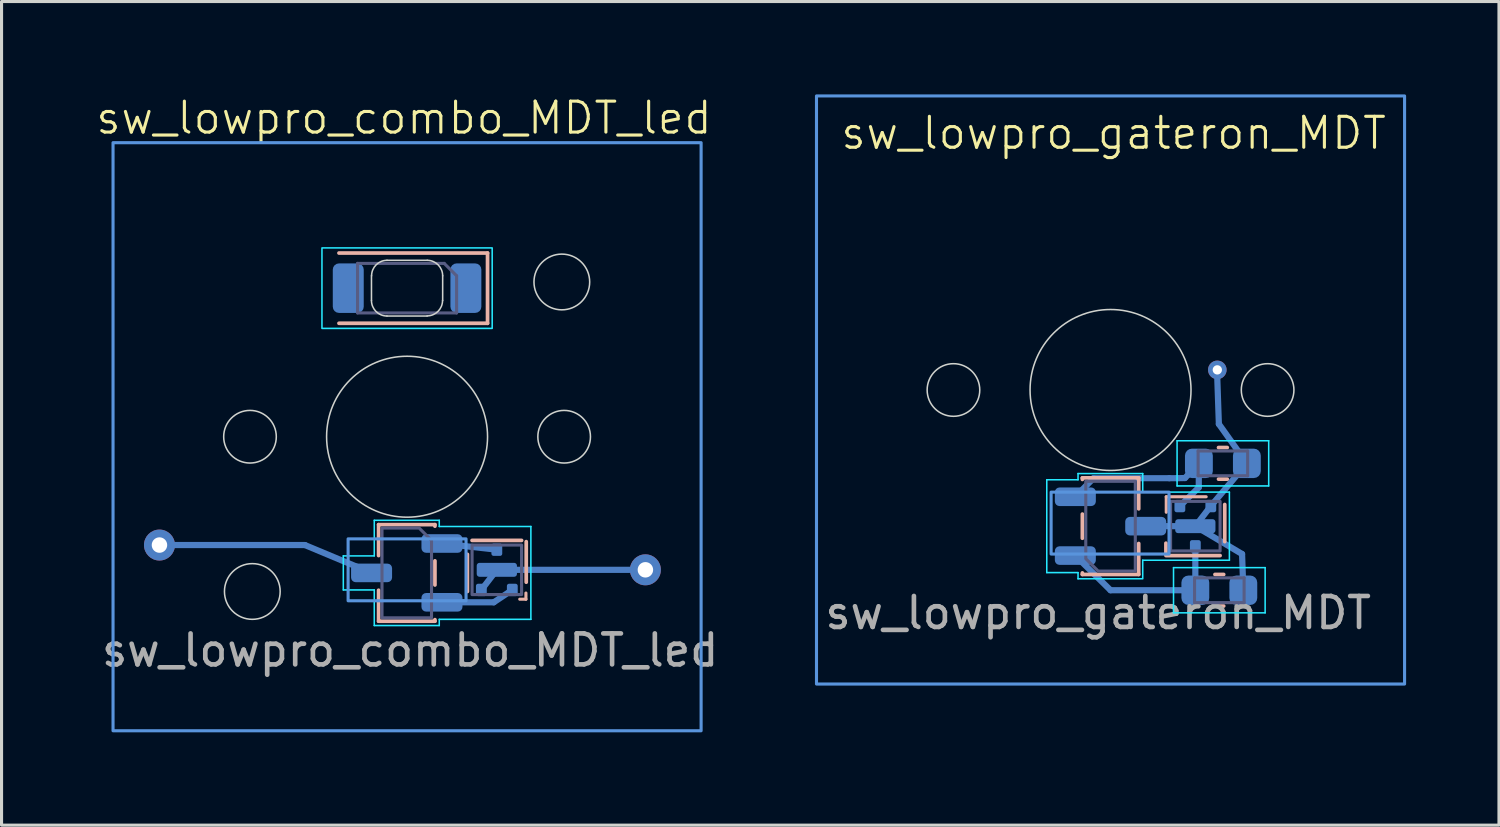
<source format=kicad_pcb>
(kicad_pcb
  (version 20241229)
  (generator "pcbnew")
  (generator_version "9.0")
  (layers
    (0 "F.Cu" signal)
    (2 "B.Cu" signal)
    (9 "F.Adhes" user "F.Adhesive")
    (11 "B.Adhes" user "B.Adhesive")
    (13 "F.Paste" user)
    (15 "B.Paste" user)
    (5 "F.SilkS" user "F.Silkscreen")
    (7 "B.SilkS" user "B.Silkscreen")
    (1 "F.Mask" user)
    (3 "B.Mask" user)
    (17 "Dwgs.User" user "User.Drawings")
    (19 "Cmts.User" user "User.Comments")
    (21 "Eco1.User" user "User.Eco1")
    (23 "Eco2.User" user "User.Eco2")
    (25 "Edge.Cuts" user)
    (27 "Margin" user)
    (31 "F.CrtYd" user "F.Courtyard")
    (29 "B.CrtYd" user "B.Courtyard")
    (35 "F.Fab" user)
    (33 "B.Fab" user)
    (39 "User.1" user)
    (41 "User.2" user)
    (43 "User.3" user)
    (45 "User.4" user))
  (footprint "sw_lowpro_combo_MDT_led"
    (layer "F.Cu")
    (at 10.102 11.06)
    (property "Reference" "sw_lowpro_combo_MDT_led" (at -0.1 -10.3 0) (unlocked yes) (layer "F.SilkS") (effects (font (size 1 1) (thickness 0.1))))
    (attr smd)
    (fp_line (start -7.5 3.5) (end -3.3 3.5) (stroke (width 0.2) (type default)) (layer "B.Cu"))
    (fp_line (start -3.3 3.5) (end -1.147 4.4) (stroke (width 0.2) (type default)) (layer "B.Cu"))
    (fp_line (start 1.127 3.45) (end 2.9 3.65) (stroke (width 0.2) (type default)) (layer "B.Cu"))
    (fp_line (start 2.4 4.95) (end 2.9 4.3) (stroke (width 0.2) (type default)) (layer "B.Cu"))
    (fp_line (start 2.8 5.35) (end 1.127 5.35) (stroke (width 0.2) (type solid)) (layer "B.Cu"))
    (fp_line (start 2.9 4.3) (end 7.2 4.3) (stroke (width 0.2) (type default)) (layer "B.Cu"))
    (fp_line (start 3.4 4.95) (end 2.8 5.35) (stroke (width 0.2) (type default)) (layer "B.Cu"))
    (fp_line (start -2.2 -5.935) (end 2.6 -5.935) (stroke (width 0.12) (type solid)) (layer "B.SilkS"))
    (fp_line (start -0.92 2.84) (end -0.92 3.84) (stroke (width 0.12) (type solid)) (layer "B.SilkS"))
    (fp_line (start -0.92 4.96) (end -0.92 5.96) (stroke (width 0.12) (type solid)) (layer "B.SilkS"))
    (fp_line (start -0.92 5.96) (end 0.9 5.96) (stroke (width 0.12) (type solid)) (layer "B.SilkS"))
    (fp_line (start 0.9 2.84) (end -0.92 2.84) (stroke (width 0.12) (type solid)) (layer "B.SilkS"))
    (fp_line (start 0.9 2.89) (end 0.9 2.84) (stroke (width 0.12) (type solid)) (layer "B.SilkS"))
    (fp_line (start 0.9 4.79) (end 0.9 4.01) (stroke (width 0.12) (type solid)) (layer "B.SilkS"))
    (fp_line (start 0.9 5.96) (end 0.9 5.91) (stroke (width 0.12) (type solid)) (layer "B.SilkS"))
    (fp_line (start 1.95 3.8) (end 1.95 5) (stroke (width 0.12) (type solid)) (layer "B.SilkS"))
    (fp_line (start 2.6 -5.935) (end 2.6 -3.665) (stroke (width 0.12) (type solid)) (layer "B.SilkS"))
    (fp_line (start 2.6 -3.665) (end -2.2 -3.665) (stroke (width 0.12) (type solid)) (layer "B.SilkS"))
    (fp_line (start 3.64 5.25) (end 3.84 5.25) (stroke (width 0.1) (type default)) (layer "B.SilkS"))
    (fp_line (start 3.7 3.35) (end 2.1 3.35) (stroke (width 0.12) (type solid)) (layer "B.SilkS"))
    (fp_line (start 3.84 5.25) (end 3.84 5.05) (stroke (width 0.1) (type default)) (layer "B.SilkS"))
    (fp_line (start 3.85 4.7) (end 3.85 3.39) (stroke (width 0.12) (type solid)) (layer "B.SilkS"))
    (fp_rect (start -9.5 -9.5) (end 9.5 9.5) (stroke (width 0.1) (type solid)) (fill no) (layer "Cmts.User"))
    (fp_rect (start -1.905 3.3) (end 1.905 5.3) (stroke (width 0.1) (type solid)) (fill no) (layer "Cmts.User"))
    (fp_circle (center 0 0) (end 2.5 0) (stroke (width 0.1) (type default)) (fill no) (layer "Eco1.User"))
    (fp_line (start -1.15 -5.2) (end -1.15 -4.4) (stroke (width 0.05) (type default)) (layer "Edge.Cuts"))
    (fp_line (start -0.65 -3.9) (end 0.65 -3.9) (stroke (width 0.05) (type solid)) (layer "Edge.Cuts"))
    (fp_line (start 0.65 -5.7) (end -0.65 -5.7) (stroke (width 0.05) (type solid)) (layer "Edge.Cuts"))
    (fp_line (start 1.15 -4.4) (end 1.15 -5.2) (stroke (width 0.05) (type solid)) (layer "Edge.Cuts"))
    (fp_arc (start -1.146447 -5.2) (mid -1 -5.553553) (end -0.646447 -5.7) (stroke (width 0.05) (type default)) (layer "Edge.Cuts"))
    (fp_arc (start -0.65 -3.9) (mid -1.003553 -4.046447) (end -1.15 -4.4) (stroke (width 0.05) (type default)) (layer "Edge.Cuts"))
    (fp_arc (start 0.650001 -5.700001) (mid 1.003554 -5.553554) (end 1.150001 -5.200001) (stroke (width 0.05) (type default)) (layer "Edge.Cuts"))
    (fp_arc (start 1.146447 -4.403553) (mid 1 -4.05) (end 0.646447 -3.903553) (stroke (width 0.05) (type default)) (layer "Edge.Cuts"))
    (fp_circle (center -5.075 0) (end -4.225 0) (stroke (width 0.05) (type solid)) (fill no) (layer "Edge.Cuts"))
    (fp_circle (center -5 5) (end -4.1 5) (stroke (width 0.05) (type solid)) (fill no) (layer "Edge.Cuts"))
    (fp_circle (center 0 0) (end 2.6 0) (stroke (width 0.05) (type solid)) (fill no) (layer "Edge.Cuts"))
    (fp_circle (center 5 -5) (end 5.9 -5) (stroke (width 0.05) (type solid)) (fill no) (layer "Edge.Cuts"))
    (fp_circle (center 5.075 0) (end 5.925 0) (stroke (width 0.05) (type solid)) (fill no) (layer "Edge.Cuts"))
    (fp_line (start -2.06 3.85) (end -2.06 4.95) (stroke (width 0.05) (type solid)) (layer "B.CrtYd"))
    (fp_line (start -2.06 4.95) (end -1.06 4.95) (stroke (width 0.05) (type solid)) (layer "B.CrtYd"))
    (fp_line (start -1.06 2.7) (end -1.06 3.85) (stroke (width 0.05) (type solid)) (layer "B.CrtYd"))
    (fp_line (start -1.06 3.85) (end -2.06 3.85) (stroke (width 0.05) (type solid)) (layer "B.CrtYd"))
    (fp_line (start -1.06 4.95) (end -1.06 6.1) (stroke (width 0.05) (type solid)) (layer "B.CrtYd"))
    (fp_line (start -1.06 6.1) (end 1.04 6.1) (stroke (width 0.05) (type solid)) (layer "B.CrtYd"))
    (fp_line (start 1.04 2.7) (end -1.06 2.7) (stroke (width 0.05) (type solid)) (layer "B.CrtYd"))
    (fp_line (start 1.04 2.9) (end 1.04 2.7) (stroke (width 0.05) (type solid)) (layer "B.CrtYd"))
    (fp_line (start 1.04 5.9) (end 4 5.9) (stroke (width 0.05) (type solid)) (layer "B.CrtYd"))
    (fp_line (start 1.04 6.1) (end 1.04 5.9) (stroke (width 0.05) (type solid)) (layer "B.CrtYd"))
    (fp_line (start 4 2.9) (end 1.04 2.9) (stroke (width 0.05) (type solid)) (layer "B.CrtYd"))
    (fp_line (start 4 5.9) (end 4 2.9) (stroke (width 0.05) (type solid)) (layer "B.CrtYd"))
    (fp_rect (start -2.75 -6.1) (end 2.75 -3.5) (stroke (width 0.05) (type solid)) (fill no) (layer "B.CrtYd"))
    (fp_line (start -1.6 -5.6) (end 1.2 -5.6) (stroke (width 0.1) (type solid)) (layer "B.Fab"))
    (fp_line (start -1.6 -4) (end -1.6 -5.6) (stroke (width 0.1) (type solid)) (layer "B.Fab"))
    (fp_line (start 1.2 -5.6) (end 1.6 -5.2) (stroke (width 0.1) (type solid)) (layer "B.Fab"))
    (fp_line (start 1.6 -5.2) (end 1.6 -4) (stroke (width 0.1) (type solid)) (layer "B.Fab"))
    (fp_line (start 1.6 -4) (end -1.6 -4) (stroke (width 0.1) (type solid)) (layer "B.Fab"))
    (fp_rect (start 2.1 3.5) (end 3.7 5.1) (stroke (width 0.1) (type solid)) (fill no) (layer "B.Fab"))
    (fp_poly (pts (xy 0.79 3.35) (xy 0.79 5.85) (xy -0.81 5.85) (xy -0.81 2.95) (xy 0.39 2.95)) (stroke (width 0.1) (type solid)) (fill no) (layer "B.Fab"))
    (fp_rect (start -2.5 -6) (end 2.5 -3.5) (stroke (width 0.1) (type solid)) (fill no) (layer "User.2"))
    (fp_line (start -1.905 4.3) (end 1.905 4.3) (stroke (width 0.1) (type solid)) (layer "User.3"))
    (fp_line (start 0 3.25) (end 0 5.75) (stroke (width 0.1) (type solid)) (layer "User.3"))
    (fp_line (start -7 -7) (end 7 -7) (stroke (width 0.1) (type solid)) (layer "User.4"))
    (fp_line (start -7 7) (end -7 -7) (stroke (width 0.1) (type solid)) (layer "User.4"))
    (fp_line (start 7 -7) (end 7 7) (stroke (width 0.1) (type solid)) (layer "User.4"))
    (fp_line (start 7 7) (end -7 7) (stroke (width 0.1) (type solid)) (layer "User.4"))
    (fp_circle (center 0 4.5) (end 1.25 4.5) (stroke (width 0.1) (type solid)) (fill no) (layer "User.4"))
    (fp_text user "${REFERENCE}" (at 0.1 6.9 0) (unlocked yes) (layer "F.Fab") (effects (font (size 1 1) (thickness 0.15))))
    (pad "1" smd roundrect (at 1.127 3.45) (size 1.325 0.6) (layers "B.Cu" "B.Mask" "B.Paste") (roundrect_rratio 0.25))
    (pad "1" smd roundrect (at 2.9 3.65 270) (size 0.4 0.35) (layers "B.Cu" "B.Mask" "B.Paste") (roundrect_rratio 0.2))
    (pad "2" smd roundrect (at 1.127 5.35) (size 1.325 0.6) (layers "B.Cu" "B.Mask" "B.Paste") (roundrect_rratio 0.25))
    (pad "2" smd roundrect (at 3.4 4.95 270) (size 0.4 0.35) (layers "B.Cu" "B.Mask" "B.Paste") (roundrect_rratio 0.2))
    (pad "3" thru_hole circle (at -8 3.5 270) (size 1 1) (drill 0.5) (layers "*.Cu" "*.Mask"))
    (pad "3" smd roundrect (at -1.147 4.4) (size 1.325 0.6) (layers "B.Cu" "B.Mask" "B.Paste") (roundrect_rratio 0.25))
    (pad "3" smd roundrect (at 2.4 4.95 270) (size 0.4 0.35) (layers "B.Cu" "B.Mask" "B.Paste") (roundrect_rratio 0.2))
    (pad "3" smd roundrect (at 2.9 4.3 270) (size 0.45 1.3) (layers "B.Cu" "B.Mask" "B.Paste") (roundrect_rratio 0.2))
    (pad "3" thru_hole circle (at 7.7 4.3 270) (size 1 1) (drill 0.5) (layers "*.Cu" "*.Mask"))
    (pad "4" smd roundrect (at 1.9 -4.8) (size 1 1.6) (layers "B.Cu" "B.Mask" "B.Paste") (roundrect_rratio 0.2))
    (pad "5" smd roundrect (at -1.9 -4.8) (size 1 1.6) (layers "B.Cu" "B.Mask" "B.Paste") (roundrect_rratio 0.2))
    (zone (net_name "") (layers "F.Cu" "B.Cu") (hatch edge 0.5) (connect_pads) (min_thickness 0.25) (filled_areas_thickness no) (keepout (tracks allowed) (vias allowed) (pads allowed) (copperpour not_allowed) (footprints allowed)) (placement (enabled no)) (fill) (polygon (pts (xy 3.102 11.06) (xy 17.102 11.06) (xy 17.102 20.561) (xy 3.102 20.561))))
    (zone (net_name "") (layer "User.6") (hatch edge 0.5) (connect_pads) (min_thickness 0.25) (filled_areas_thickness no) (keepout (tracks allowed) (vias allowed) (pads allowed) (copperpour not_allowed) (footprints allowed)) (placement (enabled no)) (fill) (polygon (pts (xy 3.102 11.06) (xy 17.102 11.06) (xy 17.102 20.561) (xy 3.202 20.561)))))
  (footprint "sw_lowpro_gateron_MDT"
    (layer "F.Cu")
    (at 32.83 9.55)
    (property "Reference" "sw_lowpro_gateron_MDT" (at 0.1 -8.3 0) (unlocked yes) (layer "F.SilkS") (effects (font (size 1 1) (thickness 0.1))))
    (attr smd)
    (fp_line (start -1.137 3.45) (end -0.55 2.85) (stroke (width 0.2) (type default)) (layer "B.Cu"))
    (fp_line (start -0.55 2.85) (end 1.9 2.85) (stroke (width 0.2) (type default)) (layer "B.Cu"))
    (fp_line (start 0 6.47) (end -1.137 5.35) (stroke (width 0.2) (type default)) (layer "B.Cu"))
    (fp_line (start 1.9 2.85) (end 2.15 2.85) (stroke (width 0.2) (type default)) (layer "B.Cu"))
    (fp_line (start 2.15 2.85) (end 2.4 2.845) (stroke (width 0.2) (type default)) (layer "B.Cu"))
    (fp_line (start 2.24 3.75) (end 2.85 3.15) (stroke (width 0.2) (type default)) (layer "B.Cu"))
    (fp_line (start 2.74 4.4) (end 1.137 4.4) (stroke (width 0.2) (type default)) (layer "B.Cu"))
    (fp_line (start 2.74 5.05) (end 2.74 6.47) (stroke (width 0.2) (type default)) (layer "B.Cu"))
    (fp_line (start 2.74 6.47) (end 0 6.47) (stroke (width 0.2) (type default)) (layer "B.Cu"))
    (fp_line (start 2.85 3.15) (end 2.855 2.37) (stroke (width 0.2) (type default)) (layer "B.Cu"))
    (fp_line (start 2.855 2.37) (end 2.405 2.845) (stroke (width 0.2) (type default)) (layer "B.Cu"))
    (fp_line (start 3.24 3.75) (end 2.74 4.4) (stroke (width 0.2) (type default)) (layer "B.Cu"))
    (fp_line (start 3.24 3.75) (end 4.405 2.37) (stroke (width 0.2) (type default)) (layer "B.Cu"))
    (fp_line (start 3.5 1.1) (end 3.45 -0.35) (stroke (width 0.2) (type default)) (layer "B.Cu"))
    (fp_line (start 4.25 5.3) (end 2.74 4.4) (stroke (width 0.2) (type default)) (layer "B.Cu"))
    (fp_line (start 4.29 6.47) (end 4.25 5.3) (stroke (width 0.2) (type default)) (layer "B.Cu"))
    (fp_line (start 4.405 2.37) (end 3.5 1.1) (stroke (width 0.2) (type default)) (layer "B.Cu"))
    (fp_line (start -0.91 2.84) (end -0.91 2.89) (stroke (width 0.12) (type solid)) (layer "B.SilkS"))
    (fp_line (start -0.91 4.01) (end -0.91 4.79) (stroke (width 0.12) (type solid)) (layer "B.SilkS"))
    (fp_line (start -0.91 5.91) (end -0.91 5.96) (stroke (width 0.12) (type solid)) (layer "B.SilkS"))
    (fp_line (start -0.91 5.96) (end 0.91 5.96) (stroke (width 0.12) (type solid)) (layer "B.SilkS"))
    (fp_line (start 0.91 2.84) (end -0.91 2.84) (stroke (width 0.12) (type solid)) (layer "B.SilkS"))
    (fp_line (start 0.91 3.84) (end 0.91 2.84) (stroke (width 0.12) (type solid)) (layer "B.SilkS"))
    (fp_line (start 0.91 5.96) (end 0.91 4.96) (stroke (width 0.12) (type solid)) (layer "B.SilkS"))
    (fp_line (start 1.79 4.95) (end 1.79 5.31) (stroke (width 0.12) (type solid)) (layer "B.SilkS"))
    (fp_line (start 1.79 5.35) (end 3.54 5.35) (stroke (width 0.12) (type solid)) (layer "B.SilkS"))
    (fp_line (start 1.8 3.45) (end 1.8 3.95) (stroke (width 0.1) (type default)) (layer "B.SilkS"))
    (fp_line (start 3.09 3.45) (end 1.8 3.45) (stroke (width 0.1) (type default)) (layer "B.SilkS"))
    (fp_line (start 3.374 5.96) (end 3.656 5.96) (stroke (width 0.12) (type solid)) (layer "B.SilkS"))
    (fp_line (start 3.374 6.98) (end 3.656 6.98) (stroke (width 0.12) (type solid)) (layer "B.SilkS"))
    (fp_line (start 3.69 4.9) (end 3.69 3.7) (stroke (width 0.12) (type solid)) (layer "B.SilkS"))
    (fp_line (start 3.771 1.86) (end 3.489 1.86) (stroke (width 0.12) (type solid)) (layer "B.SilkS"))
    (fp_line (start 3.771 2.88) (end 3.489 2.88) (stroke (width 0.12) (type solid)) (layer "B.SilkS"))
    (fp_rect (start -9.5 -9.5) (end 9.5 9.5) (stroke (width 0.1) (type solid)) (fill no) (layer "Cmts.User"))
    (fp_rect (start -1.92 3.3) (end 1.89 5.3) (stroke (width 0.1) (type solid)) (fill no) (layer "Cmts.User"))
    (fp_circle (center 0 0) (end 2.5 0) (stroke (width 0.1) (type default)) (fill no) (layer "Eco1.User"))
    (fp_circle (center -5.075 0) (end -4.225 0) (stroke (width 0.05) (type solid)) (fill no) (layer "Edge.Cuts"))
    (fp_circle (center 0 0) (end 2.6 0) (stroke (width 0.05) (type solid)) (fill no) (layer "Edge.Cuts"))
    (fp_circle (center 5.075 0) (end 5.925 0) (stroke (width 0.05) (type solid)) (fill no) (layer "Edge.Cuts"))
    (fp_line (start -2.06 2.9) (end -2.06 5.9) (stroke (width 0.05) (type solid)) (layer "B.CrtYd"))
    (fp_line (start -2.06 5.9) (end -1.05 5.9) (stroke (width 0.05) (type solid)) (layer "B.CrtYd"))
    (fp_line (start -1.05 2.7) (end -1.05 2.9) (stroke (width 0.05) (type solid)) (layer "B.CrtYd"))
    (fp_line (start -1.05 2.9) (end -2.06 2.9) (stroke (width 0.05) (type solid)) (layer "B.CrtYd"))
    (fp_line (start -1.05 5.9) (end -1.05 6.1) (stroke (width 0.05) (type solid)) (layer "B.CrtYd"))
    (fp_line (start -1.05 6.1) (end 1.04 6.1) (stroke (width 0.05) (type solid)) (layer "B.CrtYd"))
    (fp_line (start 1.04 2.7) (end -1.05 2.7) (stroke (width 0.05) (type solid)) (layer "B.CrtYd"))
    (fp_line (start 1.04 3.3) (end 1.04 2.7) (stroke (width 0.05) (type solid)) (layer "B.CrtYd"))
    (fp_line (start 1.04 5.5) (end 3.84 5.5) (stroke (width 0.05) (type solid)) (layer "B.CrtYd"))
    (fp_line (start 1.04 6.075) (end 1.04 5.5) (stroke (width 0.05) (type solid)) (layer "B.CrtYd"))
    (fp_line (start 2.035 5.74) (end 2.035 7.2) (stroke (width 0.05) (type solid)) (layer "B.CrtYd"))
    (fp_line (start 2.035 7.2) (end 4.995 7.2) (stroke (width 0.05) (type solid)) (layer "B.CrtYd"))
    (fp_line (start 2.15 1.64) (end 2.15 3.1) (stroke (width 0.05) (type solid)) (layer "B.CrtYd"))
    (fp_line (start 2.15 3.1) (end 5.11 3.1) (stroke (width 0.05) (type solid)) (layer "B.CrtYd"))
    (fp_line (start 3.84 3.3) (end 1.04 3.3) (stroke (width 0.05) (type solid)) (layer "B.CrtYd"))
    (fp_line (start 3.84 5.5) (end 3.84 3.3) (stroke (width 0.05) (type solid)) (layer "B.CrtYd"))
    (fp_line (start 4.995 5.74) (end 2.035 5.74) (stroke (width 0.05) (type solid)) (layer "B.CrtYd"))
    (fp_line (start 4.995 7.2) (end 4.995 5.74) (stroke (width 0.05) (type solid)) (layer "B.CrtYd"))
    (fp_line (start 5.11 1.64) (end 2.15 1.64) (stroke (width 0.05) (type solid)) (layer "B.CrtYd"))
    (fp_line (start 5.11 3.1) (end 5.11 1.64) (stroke (width 0.05) (type solid)) (layer "B.CrtYd"))
    (fp_line (start 2.715 6.07) (end 2.715 6.87) (stroke (width 0.1) (type solid)) (layer "B.Fab"))
    (fp_line (start 2.715 6.87) (end 4.315 6.87) (stroke (width 0.1) (type solid)) (layer "B.Fab"))
    (fp_line (start 2.83 1.97) (end 2.83 2.77) (stroke (width 0.1) (type solid)) (layer "B.Fab"))
    (fp_line (start 2.83 2.77) (end 4.43 2.77) (stroke (width 0.1) (type solid)) (layer "B.Fab"))
    (fp_line (start 4.315 6.07) (end 2.715 6.07) (stroke (width 0.1) (type solid)) (layer "B.Fab"))
    (fp_line (start 4.315 6.87) (end 4.315 6.07) (stroke (width 0.1) (type solid)) (layer "B.Fab"))
    (fp_line (start 4.43 1.97) (end 2.83 1.97) (stroke (width 0.1) (type solid)) (layer "B.Fab"))
    (fp_line (start 4.43 2.77) (end 4.43 1.97) (stroke (width 0.1) (type solid)) (layer "B.Fab"))
    (fp_rect (start 1.94 3.6) (end 3.54 5.2) (stroke (width 0.1) (type solid)) (fill no) (layer "B.Fab"))
    (fp_poly (pts (xy -0.8 5.45) (xy -0.8 2.95) (xy 0.8 2.95) (xy 0.8 5.85) (xy -0.4 5.85)) (stroke (width 0.1) (type solid)) (fill no) (layer "B.Fab"))
    (fp_rect (start -2.5 -6) (end 2.5 -3.5) (stroke (width 0.1) (type solid)) (fill no) (layer "User.2"))
    (fp_line (start -0.01 5.55) (end -0.01 3.05) (stroke (width 0.1) (type solid)) (layer "User.3"))
    (fp_line (start 1.885 4.3) (end -1.915 4.3) (stroke (width 0.1) (type solid)) (layer "User.3"))
    (fp_line (start -7 -7) (end 7 -7) (stroke (width 0.1) (type solid)) (layer "User.4"))
    (fp_line (start -7 7) (end -7 -7) (stroke (width 0.1) (type solid)) (layer "User.4"))
    (fp_line (start 7 -7) (end 7 7) (stroke (width 0.1) (type solid)) (layer "User.4"))
    (fp_line (start 7 7) (end -7 7) (stroke (width 0.1) (type solid)) (layer "User.4"))
    (fp_circle (center -0.01 4.3) (end -1.26 4.3) (stroke (width 0.1) (type solid)) (fill no) (layer "User.4"))
    (fp_text user "${REFERENCE}" (at -0.4 7.2 0) (unlocked yes) (layer "F.Fab") (effects (font (size 1 1) (thickness 0.15))))
    (pad "1" smd roundrect (at -1.137 5.35 180) (size 1.325 0.6) (layers "B.Cu" "B.Mask" "B.Paste") (roundrect_rratio 0.25))
    (pad "1" smd roundrect (at 2.74 5.05 90) (size 0.4 0.35) (layers "B.Cu" "B.Mask" "B.Paste") (roundrect_rratio 0.2))
    (pad "1" smd roundrect (at 2.74 6.47 180) (size 0.9 0.95) (layers "B.Cu" "B.Mask" "B.Paste") (roundrect_rratio 0.25))
    (pad "2" smd roundrect (at -1.137 3.45 180) (size 1.325 0.6) (layers "B.Cu" "B.Mask" "B.Paste") (roundrect_rratio 0.25))
    (pad "2" smd roundrect (at 2.24 3.75 90) (size 0.4 0.35) (layers "B.Cu" "B.Mask" "B.Paste") (roundrect_rratio 0.2))
    (pad "2" smd roundrect (at 2.855 2.37) (size 0.9 0.95) (layers "B.Cu" "B.Mask" "B.Paste") (roundrect_rratio 0.25))
    (pad "3" smd roundrect (at 1.137 4.4 180) (size 1.325 0.6) (layers "B.Cu" "B.Mask" "B.Paste") (roundrect_rratio 0.25))
    (pad "3" smd roundrect (at 2.74 4.4 90) (size 0.45 1.3) (layers "B.Cu" "B.Mask" "B.Paste") (roundrect_rratio 0.2))
    (pad "3" smd roundrect (at 3.24 3.75 90) (size 0.4 0.35) (layers "B.Cu" "B.Mask" "B.Paste") (roundrect_rratio 0.2))
    (pad "3" thru_hole circle (at 3.45 -0.65 270) (size 0.6 0.6) (drill 0.3) (layers "*.Cu" "*.Mask"))
    (pad "3" smd roundrect (at 4.29 6.47 180) (size 0.9 0.95) (layers "B.Cu" "B.Mask" "B.Paste") (roundrect_rratio 0.25))
    (pad "3" smd roundrect (at 4.405 2.37) (size 0.9 0.95) (layers "B.Cu" "B.Mask" "B.Paste") (roundrect_rratio 0.25))
    (zone (net_name "") (layers "F.Cu" "B.Cu") (hatch edge 0.5) (connect_pads) (min_thickness 0.25) (filled_areas_thickness no) (keepout (tracks allowed) (vias allowed) (pads allowed) (copperpour not_allowed) (footprints allowed)) (placement (enabled no)) (fill) (polygon (pts (xy 25.83 9.55) (xy 39.83 9.55) (xy 39.83 19.05) (xy 25.83 19.05))))
    (zone (net_name "") (layer "User.6") (hatch edge 0.5) (connect_pads) (min_thickness 0.25) (filled_areas_thickness no) (keepout (tracks allowed) (vias allowed) (pads allowed) (copperpour not_allowed) (footprints allowed)) (placement (enabled no)) (fill) (polygon (pts (xy 25.83 9.55) (xy 39.83 9.55) (xy 39.83 19.05) (xy 25.93 19.05)))))
  (gr_rect
    (start -3 -3)
    (end 45.38 23.61)
    (stroke (width 0.1) (type default))
    (fill no)
    (layer "Edge.Cuts")))
</source>
